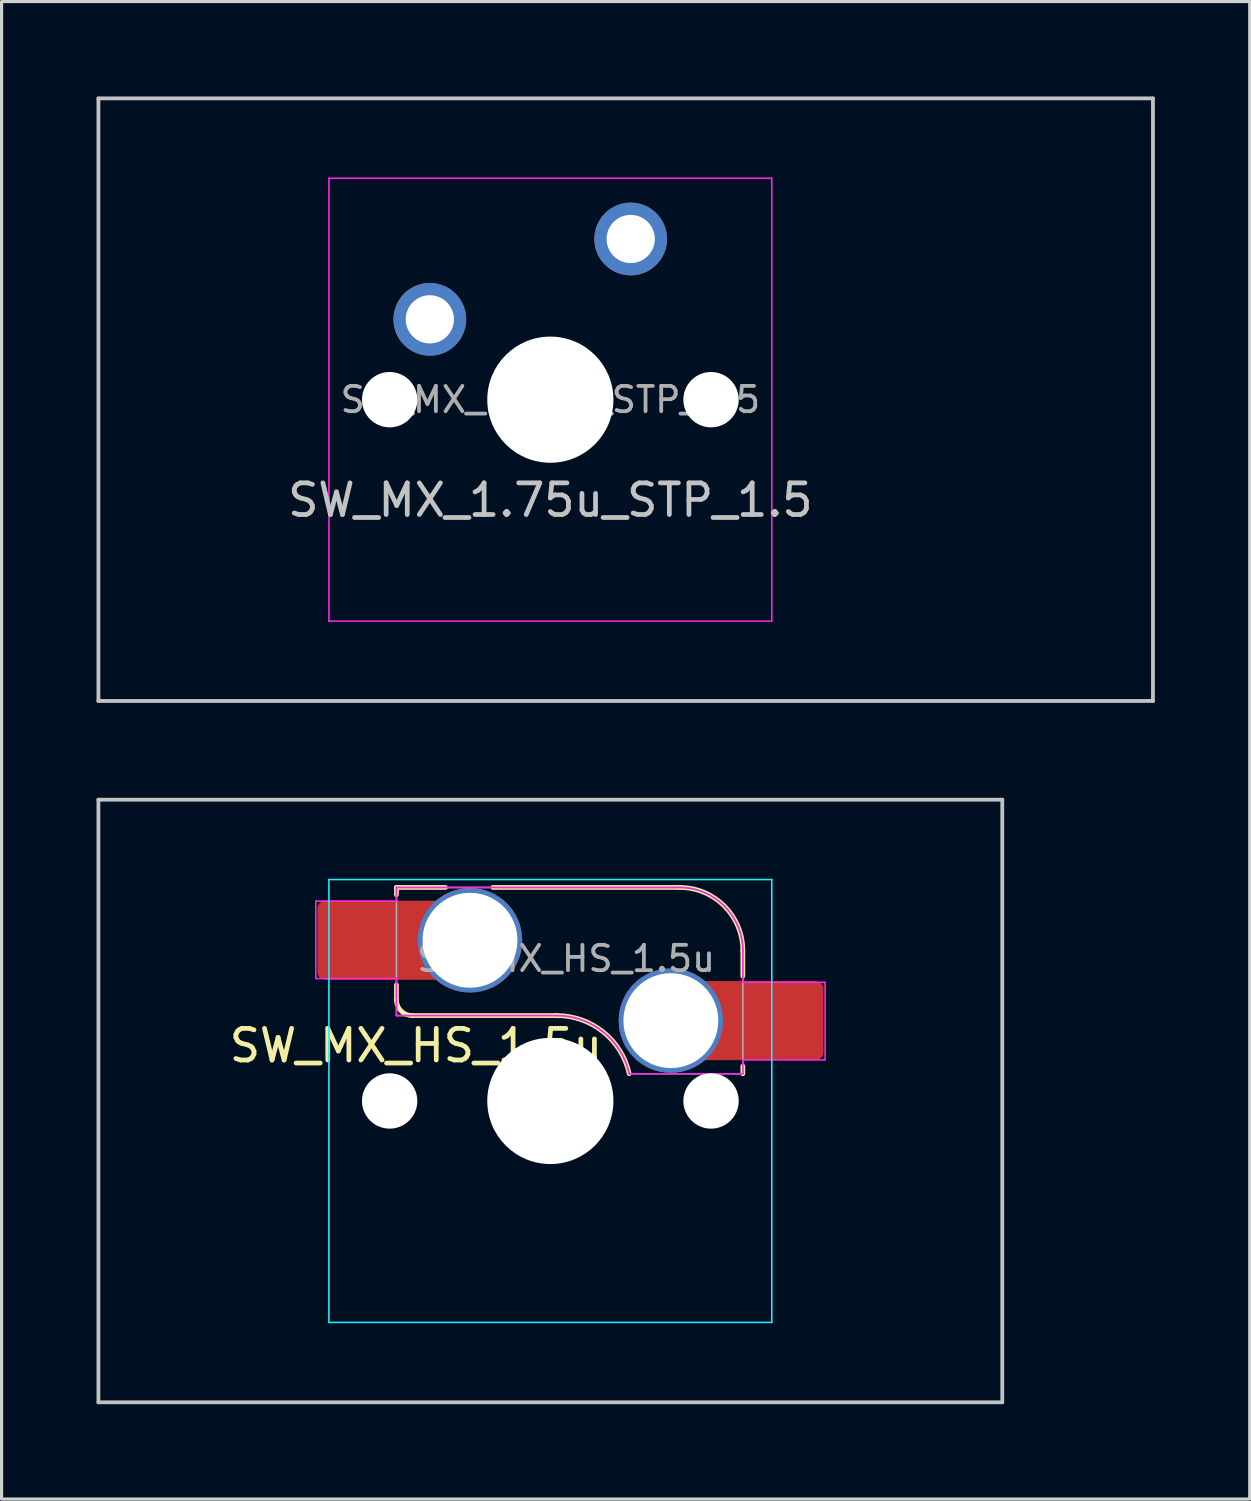
<source format=kicad_pcb>
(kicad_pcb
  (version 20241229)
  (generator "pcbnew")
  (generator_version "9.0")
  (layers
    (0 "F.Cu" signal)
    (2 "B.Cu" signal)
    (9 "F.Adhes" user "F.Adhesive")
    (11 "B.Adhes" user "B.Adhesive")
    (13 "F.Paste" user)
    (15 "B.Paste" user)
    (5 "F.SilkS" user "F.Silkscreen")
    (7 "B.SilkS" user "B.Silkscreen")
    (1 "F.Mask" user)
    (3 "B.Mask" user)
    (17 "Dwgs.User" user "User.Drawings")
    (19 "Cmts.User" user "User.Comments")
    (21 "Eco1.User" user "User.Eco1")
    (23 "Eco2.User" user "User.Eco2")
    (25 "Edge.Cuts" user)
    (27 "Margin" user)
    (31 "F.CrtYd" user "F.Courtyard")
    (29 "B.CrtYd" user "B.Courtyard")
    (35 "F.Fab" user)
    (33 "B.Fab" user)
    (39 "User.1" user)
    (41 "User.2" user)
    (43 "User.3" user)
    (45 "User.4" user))
  (footprint "SW_MX_1.75u_STP_1.5"
    (layer "F.Cu")
    (at 14.348 9.585)
    (property "Reference" "SW_MX_1.75u_STP_1.5" (at 0 3.175 0) (layer "Dwgs.User") (effects (font (size 1 1) (thickness 0.15))))
    (attr through_hole exclude_from_pos_files exclude_from_bom)
    (fp_line (start -14.287 -9.525) (end -14.287 9.525) (stroke (width 0.12) (type solid)) (layer "Dwgs.User"))
    (fp_line (start -14.287 9.525) (end 19.05 9.525) (stroke (width 0.12) (type solid)) (layer "Dwgs.User"))
    (fp_line (start 19.05 -9.525) (end -14.287 -9.525) (stroke (width 0.12) (type solid)) (layer "Dwgs.User"))
    (fp_line (start 19.05 9.525) (end 19.05 -9.525) (stroke (width 0.12) (type solid)) (layer "Dwgs.User"))
    (fp_line (start -7 6.5) (end -7 -6.5) (stroke (width 0.05) (type solid)) (layer "Eco2.User"))
    (fp_line (start -6.5 -7) (end 6.5 -7) (stroke (width 0.05) (type solid)) (layer "Eco2.User"))
    (fp_line (start 6.5 7) (end -6.5 7) (stroke (width 0.05) (type solid)) (layer "Eco2.User"))
    (fp_line (start 7 -6.5) (end 7 6.5) (stroke (width 0.05) (type solid)) (layer "Eco2.User"))
    (fp_arc (start -7 -6.5) (mid -6.853553 -6.853553) (end -6.5 -7) (stroke (width 0.05) (type solid)) (layer "Eco2.User"))
    (fp_arc (start -6.5 7) (mid -6.853553 6.853553) (end -7 6.5) (stroke (width 0.05) (type solid)) (layer "Eco2.User"))
    (fp_arc (start 6.5 -7) (mid 6.853553 -6.853553) (end 7 -6.5) (stroke (width 0.05) (type solid)) (layer "Eco2.User"))
    (fp_arc (start 6.997236 6.498884) (mid 6.850789 6.852437) (end 6.497236 6.998884) (stroke (width 0.05) (type solid)) (layer "Eco2.User"))
    (fp_line (start -7 -7) (end -7 7) (stroke (width 0.05) (type solid)) (layer "F.CrtYd"))
    (fp_line (start -7 7) (end 7 7) (stroke (width 0.05) (type solid)) (layer "F.CrtYd"))
    (fp_line (start 7 -7) (end -7 -7) (stroke (width 0.05) (type solid)) (layer "F.CrtYd"))
    (fp_line (start 7 7) (end 7 -7) (stroke (width 0.05) (type solid)) (layer "F.CrtYd"))
    (fp_text user "${REFERENCE}" (at 0 0 0) (layer "F.Fab") (effects (font (size 0.8 0.8) (thickness 0.12))))
    (pad "" np_thru_hole circle (at -5.08 0) (size 1.75 1.75) (drill 1.75) (layers "*.Cu" "*.Mask"))
    (pad "" np_thru_hole circle (at 0 0) (size 3.988 3.988) (drill 3.988) (layers "*.Cu" "*.Mask"))
    (pad "" np_thru_hole circle (at 5.08 0) (size 1.75 1.75) (drill 1.75) (layers "*.Cu" "*.Mask"))
    (pad "1" thru_hole circle (at -3.81 -2.54) (size 2.3 2.3) (drill 1.524) (layers "*.Cu" "B.Mask"))
    (pad "2" thru_hole circle (at 2.54 -5.08) (size 2.3 2.3) (drill 1.524) (layers "*.Cu" "B.Mask")))
  (footprint "SW_MX_HS_1.5u"
    (layer "F.Cu")
    (at 14.348 31.755)
    (property "Reference" "SW_MX_HS_1.5u" (at -4.25 -1.75 0) (layer "F.SilkS") (effects (font (size 1 1) (thickness 0.15))))
    (attr smd)
    (fp_line (start -4.865 -6.75) (end -4.865 -6.52) (stroke (width 0.15) (type solid)) (layer "F.SilkS"))
    (fp_line (start -4.865 -3.67) (end -4.865 -3.2) (stroke (width 0.15) (type solid)) (layer "F.SilkS"))
    (fp_line (start -4.365 -2.7) (end 0.2 -2.7) (stroke (width 0.15) (type solid)) (layer "F.SilkS"))
    (fp_line (start -3.315 -6.75) (end -4.865 -6.75) (stroke (width 0.15) (type solid)) (layer "F.SilkS"))
    (fp_line (start 4.085 -6.75) (end -1.815 -6.75) (stroke (width 0.15) (type solid)) (layer "F.SilkS"))
    (fp_line (start 6.085 -3.95) (end 6.085 -4.75) (stroke (width 0.15) (type solid)) (layer "F.SilkS"))
    (fp_line (start 6.085 -1.1) (end 6.085 -0.86) (stroke (width 0.15) (type solid)) (layer "F.SilkS"))
    (fp_arc (start -4.364824 -2.70022) (mid -4.718377 -2.846667) (end -4.864824 -3.20022) (stroke (width 0.15) (type solid)) (layer "F.SilkS"))
    (fp_arc (start 0.2 -2.70022) (mid 1.670693 -2.183637) (end 2.494322 -0.86022) (stroke (width 0.15) (type solid)) (layer "F.SilkS"))
    (fp_arc (start 4.085176 -6.75022) (mid 5.49939 -6.164434) (end 6.085176 -4.75022) (stroke (width 0.15) (type solid)) (layer "F.SilkS"))
    (fp_line (start -14.287 -9.525) (end 14.287 -9.525) (stroke (width 0.12) (type solid)) (layer "Dwgs.User"))
    (fp_line (start -14.287 9.525) (end -14.287 -9.525) (stroke (width 0.12) (type solid)) (layer "Dwgs.User"))
    (fp_line (start 14.287 -9.525) (end 14.287 9.525) (stroke (width 0.12) (type solid)) (layer "Dwgs.User"))
    (fp_line (start 14.287 9.525) (end -14.287 9.525) (stroke (width 0.12) (type solid)) (layer "Dwgs.User"))
    (fp_line (start -7 -6.5) (end -7 6.5) (stroke (width 0.05) (type solid)) (layer "Eco2.User"))
    (fp_line (start -6.5 7) (end 6.5 7) (stroke (width 0.05) (type solid)) (layer "Eco2.User"))
    (fp_line (start 6.5 -7) (end -6.5 -7) (stroke (width 0.05) (type solid)) (layer "Eco2.User"))
    (fp_line (start 7 6.5) (end 7 -6.5) (stroke (width 0.05) (type solid)) (layer "Eco2.User"))
    (fp_arc (start -7 -6.5) (mid -6.853553 -6.853553) (end -6.5 -7) (stroke (width 0.05) (type solid)) (layer "Eco2.User"))
    (fp_arc (start -6.497236 6.998884) (mid -6.850789 6.852437) (end -6.997236 6.498884) (stroke (width 0.05) (type solid)) (layer "Eco2.User"))
    (fp_arc (start 6.5 -7) (mid 6.853553 -6.853553) (end 7 -6.5) (stroke (width 0.05) (type solid)) (layer "Eco2.User"))
    (fp_arc (start 7 6.5) (mid 6.853553 6.853553) (end 6.5 7) (stroke (width 0.05) (type solid)) (layer "Eco2.User"))
    (fp_line (start -7 -7) (end 7 -7) (stroke (width 0.05) (type solid)) (layer "B.CrtYd"))
    (fp_line (start -7 7) (end -7 -7) (stroke (width 0.05) (type solid)) (layer "B.CrtYd"))
    (fp_line (start 7 -7) (end 7 7) (stroke (width 0.05) (type solid)) (layer "B.CrtYd"))
    (fp_line (start 7 7) (end -7 7) (stroke (width 0.05) (type solid)) (layer "B.CrtYd"))
    (fp_line (start -7.415 -6.32) (end -4.865 -6.32) (stroke (width 0.05) (type solid)) (layer "F.CrtYd"))
    (fp_line (start -7.415 -3.87) (end -7.415 -6.32) (stroke (width 0.05) (type solid)) (layer "F.CrtYd"))
    (fp_line (start -4.865 -6.75) (end -4.865 -6.32) (stroke (width 0.05) (type solid)) (layer "F.CrtYd"))
    (fp_line (start -4.865 -3.87) (end -7.415 -3.87) (stroke (width 0.05) (type solid)) (layer "F.CrtYd"))
    (fp_line (start -4.865 -3.87) (end -4.865 -2.7) (stroke (width 0.05) (type solid)) (layer "F.CrtYd"))
    (fp_line (start -4.865 -2.7) (end 0.2 -2.7) (stroke (width 0.05) (type solid)) (layer "F.CrtYd"))
    (fp_line (start 4.085 -6.75) (end -4.865 -6.75) (stroke (width 0.05) (type solid)) (layer "F.CrtYd"))
    (fp_line (start 6.085 -3.75) (end 6.085 -4.75) (stroke (width 0.05) (type solid)) (layer "F.CrtYd"))
    (fp_line (start 6.085 -3.75) (end 8.685 -3.75) (stroke (width 0.05) (type solid)) (layer "F.CrtYd"))
    (fp_line (start 6.085 -1.3) (end 6.085 -0.86) (stroke (width 0.05) (type solid)) (layer "F.CrtYd"))
    (fp_line (start 6.085 -0.86) (end 2.494 -0.86) (stroke (width 0.05) (type solid)) (layer "F.CrtYd"))
    (fp_line (start 8.685 -3.75) (end 8.685 -1.3) (stroke (width 0.05) (type solid)) (layer "F.CrtYd"))
    (fp_line (start 8.685 -1.3) (end 6.085 -1.3) (stroke (width 0.05) (type solid)) (layer "F.CrtYd"))
    (fp_arc (start 0.2 -2.70022) (mid 1.670503 -2.183399) (end 2.494322 -0.86022) (stroke (width 0.05) (type solid)) (layer "F.CrtYd"))
    (fp_arc (start 4.085176 -6.75022) (mid 5.49939 -6.164434) (end 6.085176 -4.75022) (stroke (width 0.05) (type solid)) (layer "F.CrtYd"))
    (fp_line (start -4.865 -6.75) (end -4.865 -2.7) (stroke (width 0.05) (type solid)) (layer "F.Fab"))
    (fp_line (start -4.865 -2.7) (end 0.2 -2.7) (stroke (width 0.05) (type solid)) (layer "F.Fab"))
    (fp_line (start 4.085 -6.75) (end -4.865 -6.75) (stroke (width 0.05) (type solid)) (layer "F.Fab"))
    (fp_line (start 6.085 -0.86) (end 2.494 -0.86) (stroke (width 0.05) (type solid)) (layer "F.Fab"))
    (fp_line (start 6.085 -0.86) (end 6.085 -4.75) (stroke (width 0.05) (type solid)) (layer "F.Fab"))
    (fp_arc (start 0.2 -2.70022) (mid 1.670503 -2.183399) (end 2.494322 -0.86022) (stroke (width 0.05) (type solid)) (layer "F.Fab"))
    (fp_arc (start 4.085176 -6.75022) (mid 5.49939 -6.164434) (end 6.085176 -4.75022) (stroke (width 0.05) (type solid)) (layer "F.Fab"))
    (fp_text user "${REFERENCE}" (at 0.5 -4.5 0) (layer "F.Fab") (effects (font (size 0.8 0.8) (thickness 0.12))))
    (pad "" np_thru_hole circle (at -5.08 0) (size 1.75 1.75) (drill 1.75) (layers "*.Cu" "*.Mask"))
    (pad "" np_thru_hole circle (at 0 0) (size 3.988 3.988) (drill 3.988) (layers "*.Cu" "*.Mask"))
    (pad "" np_thru_hole circle (at 5.08 0) (size 1.75 1.75) (drill 1.75) (layers "*.Cu" "*.Mask"))
    (pad "1" thru_hole circle (at 3.81 -2.54) (size 3.3 3.3) (drill 3) (layers "*.Cu" "*.Mask"))
    (pad "1" smd rect (at 5.635 -2.54 180) (size 1.65 2.5) (layers "F.Cu"))
    (pad "1" smd roundrect (at 7.36 -2.54) (size 2.55 2.5) (layers "F.Cu" "F.Mask" "F.Paste") (roundrect_rratio 0.1))
    (pad "2" smd roundrect (at -6.09 -5.08) (size 2.55 2.5) (layers "F.Cu" "F.Mask" "F.Paste") (roundrect_rratio 0.1))
    (pad "2" smd rect (at -4.34 -5.08) (size 1.65 2.5) (layers "F.Cu"))
    (pad "2" thru_hole circle (at -2.54 -5.08) (size 3.3 3.3) (drill 3) (layers "*.Cu" "*.Mask")))
  (gr_rect
    (start -3 -3)
    (end 36.458 44.34)
    (stroke (width 0.1) (type default))
    (fill no)
    (layer "Edge.Cuts")))
</source>
